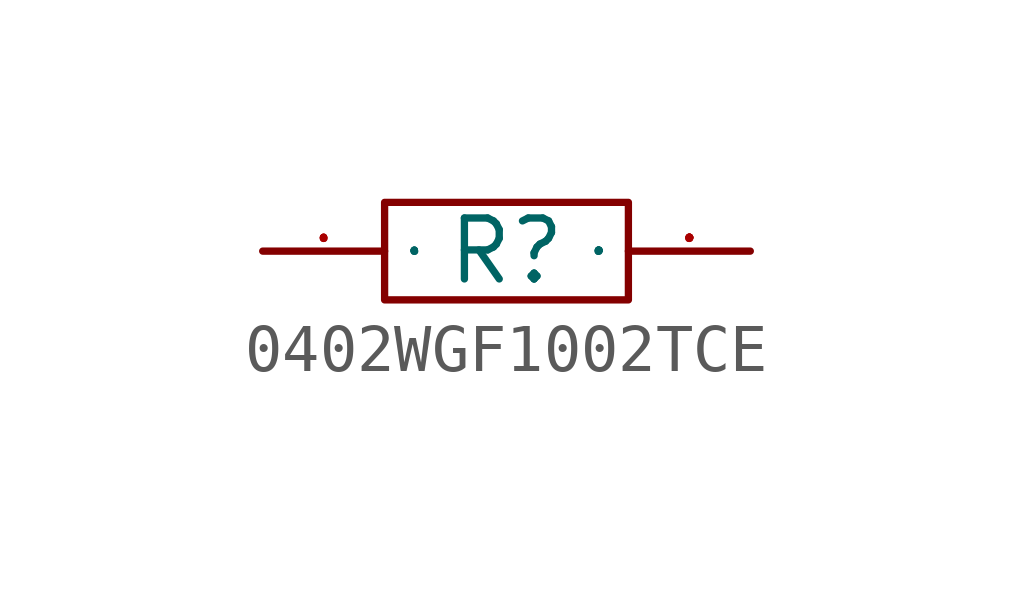
<source format=kicad_sym>
(kicad_symbol_lib
  (version 20241209)
  (generator "kicad_symbol_editor")
  (generator_version "9.0")
  (symbol "0402WGF1002TCE"
    (property "Reference" "R"
      (at 0 0 0)
      (effects (font (size 1.27 1.27))))
    (symbol "0402WGF1002TCE_1_0"
      (rectangle (start -2.54 1.016) (end 2.54 -1.016) (stroke (width 0) (type default)) (fill (type none)))
      (pin input line (at -5.08 0 0) (length 2.54) (name "1" (effects (font (size 0.025 0.025)))) (number "1" (effects (font (size 0.025 0.025)))))
      (pin input line (at 5.08 0 180) (length 2.54) (name "2" (effects (font (size 0.025 0.025)))) (number "2" (effects (font (size 0.025 0.025))))))))
</source>
